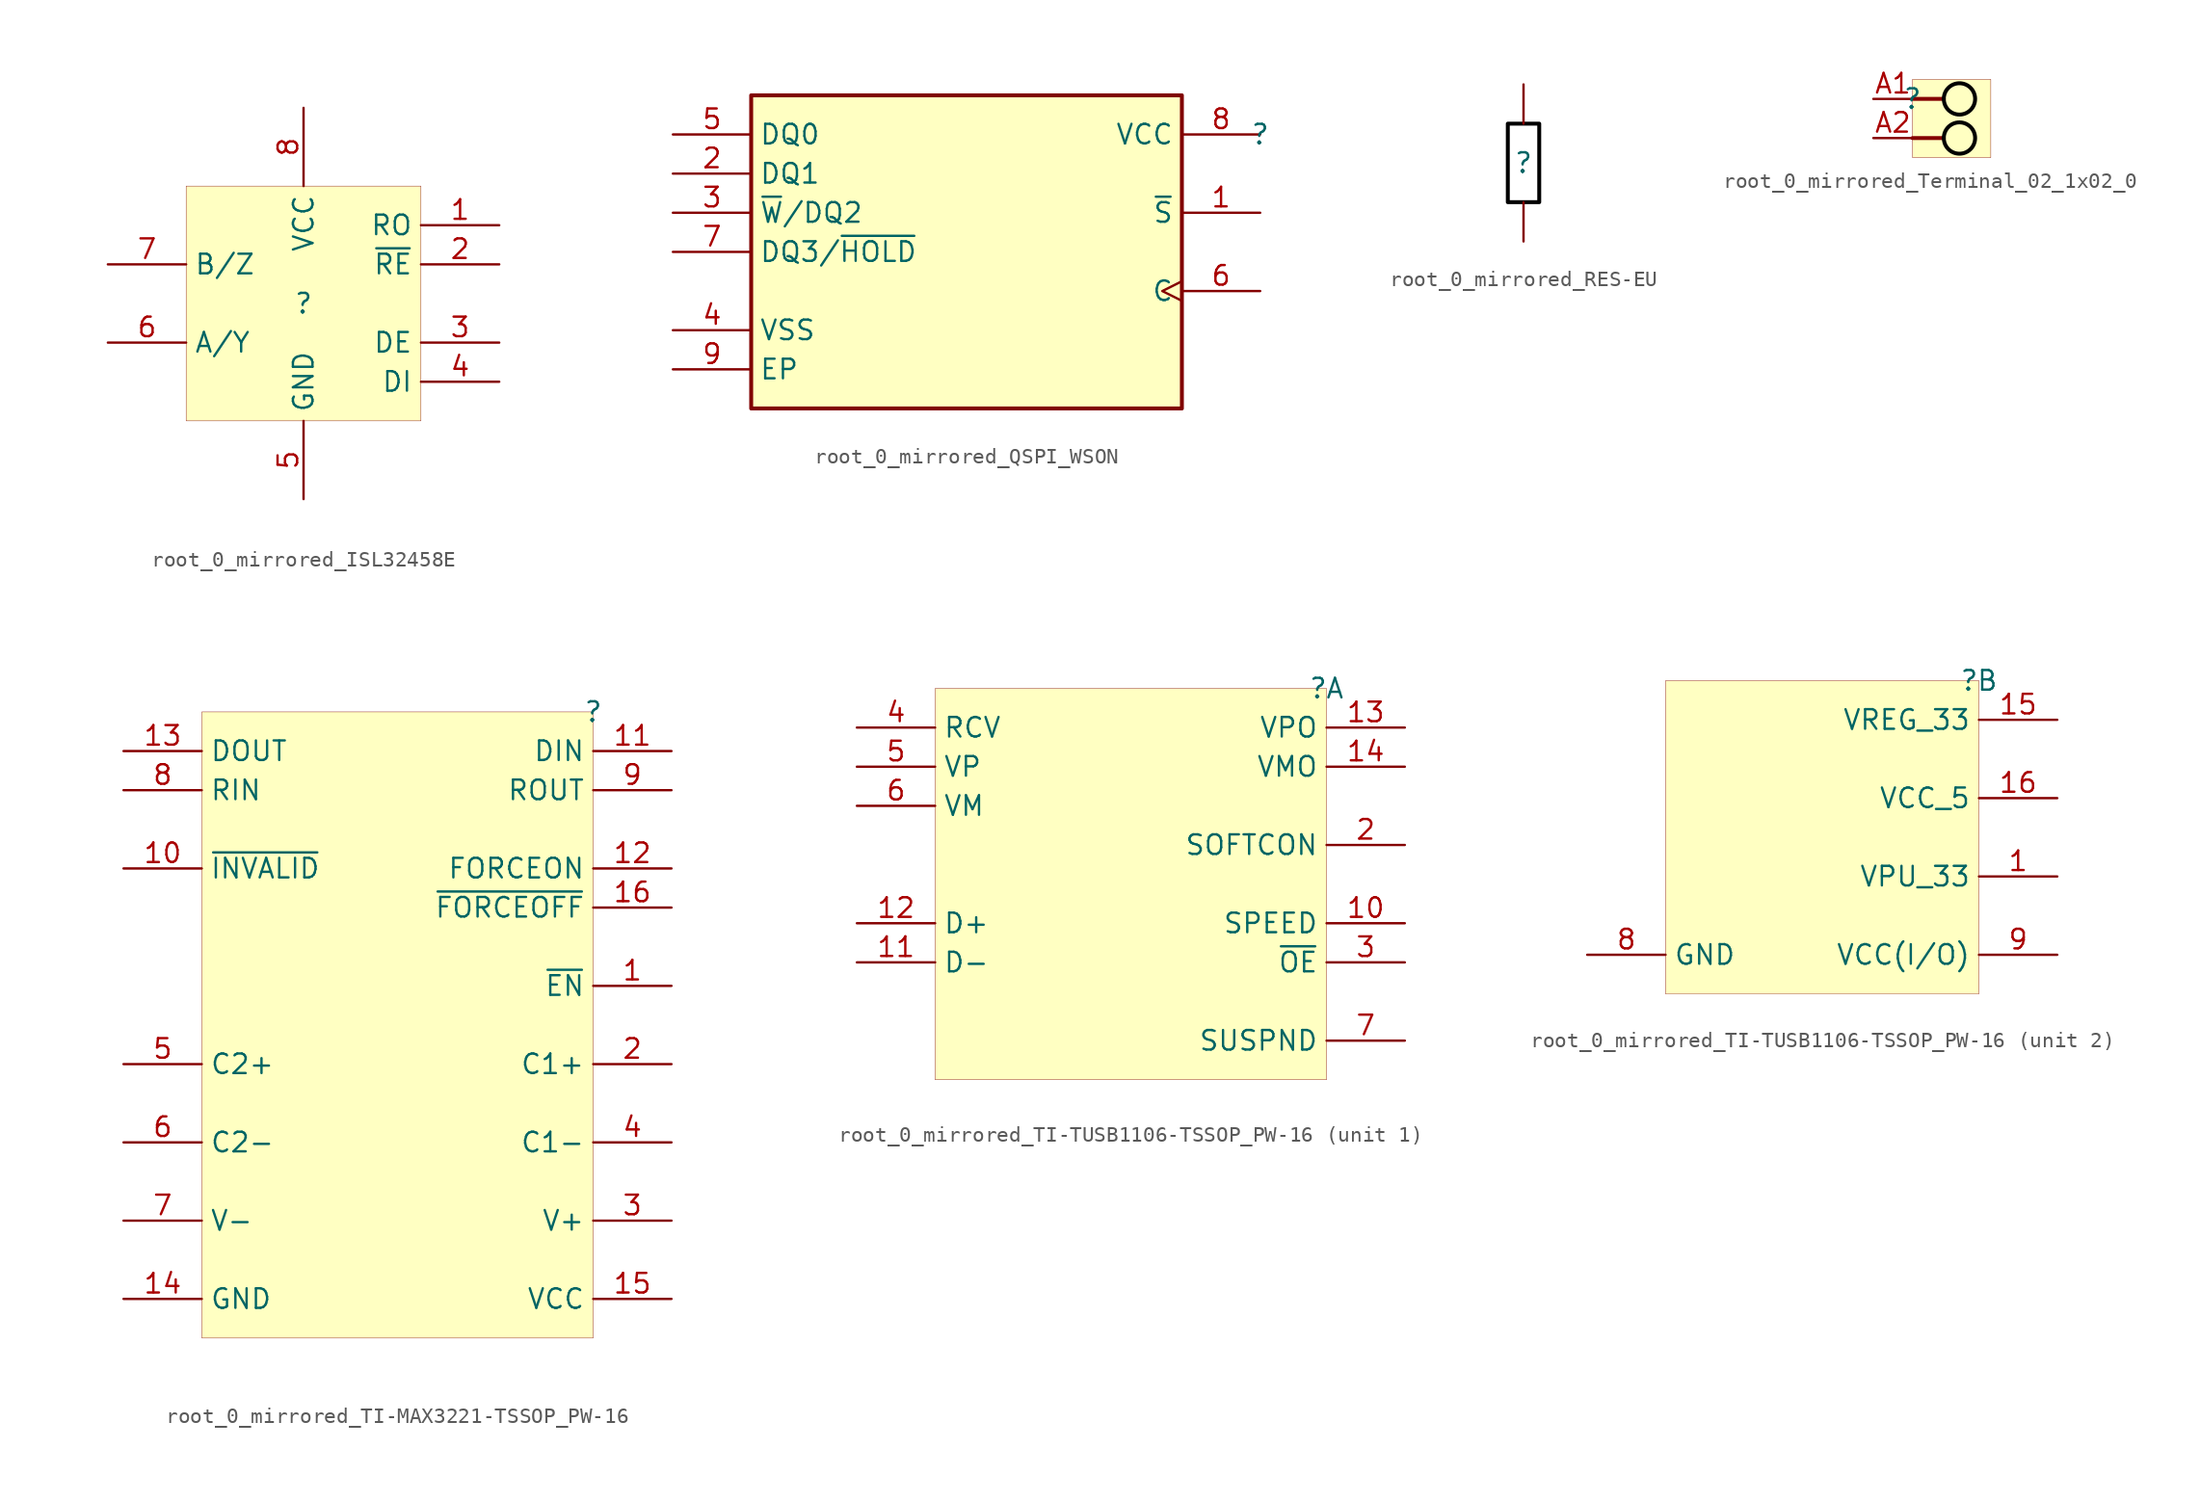
<source format=kicad_sym>
(kicad_symbol_lib
  (version 20231120)
  (generator "kicad_symbol_editor")
  (generator_version "8.0")
  (symbol "root_0_mirrored_ISL32458E"
    (property "Reference" ""
      (at 0 0 0)
      (effects (font (size 1.27 1.27))))
    (property "Value" ""
      (at 0 0 0)
      (effects (font (size 1.27 1.27))))
    (symbol "root_0_mirrored_ISL32458E_1_0"
      (rectangle (start 7.62 7.62) (end -7.62 -7.62) (stroke (width 0.025) (type solid) (color 128 0 0 1)) (fill (type background)))
      (pin output line (at 12.7 5.08 180) (length 5.08) (name "RO" (effects (font (size 1.27 1.27)))) (number "1" (effects (font (size 1.27 1.27)))))
      (pin input line (at 12.7 2.54 180) (length 5.08) (name "~{RE}" (effects (font (size 1.27 1.27)))) (number "2" (effects (font (size 1.27 1.27)))))
      (pin input line (at 12.7 -2.54 180) (length 5.08) (name "DE" (effects (font (size 1.27 1.27)))) (number "3" (effects (font (size 1.27 1.27)))))
      (pin input line (at 12.7 -5.08 180) (length 5.08) (name "DI" (effects (font (size 1.27 1.27)))) (number "4" (effects (font (size 1.27 1.27)))))
      (pin power_in line (at 0 -12.7 90) (length 5.08) (name "GND" (effects (font (size 1.27 1.27)))) (number "5" (effects (font (size 1.27 1.27)))))
      (pin bidirectional line (at -12.7 -2.54 0) (length 5.08) (name "A/Y" (effects (font (size 1.27 1.27)))) (number "6" (effects (font (size 1.27 1.27)))))
      (pin bidirectional line (at -12.7 2.54 0) (length 5.08) (name "B/Z" (effects (font (size 1.27 1.27)))) (number "7" (effects (font (size 1.27 1.27)))))
      (pin power_in line (at 0 12.7 270) (length 5.08) (name "VCC" (effects (font (size 1.27 1.27)))) (number "8" (effects (font (size 1.27 1.27)))))))
  (symbol "root_0_mirrored_QSPI_WSON"
    (property "Reference" ""
      (at 0 0 0)
      (effects (font (size 1.27 1.27))))
    (property "Value" ""
      (at 0 0 0)
      (effects (font (size 1.27 1.27))))
    (symbol "root_0_mirrored_QSPI_WSON_1_0"
      (rectangle (start -5.08 2.54) (end -33.02 -17.78) (stroke (width 0.254) (type solid) (color 128 0 0 1)) (fill (type background)))
      (pin input line (at 0 -5.08 180) (length 5.08) (name "~{S}" (effects (font (size 1.27 1.27)))) (number "1" (effects (font (size 1.27 1.27)))))
      (pin bidirectional line (at -38.1 -2.54 0) (length 5.08) (name "DQ1" (effects (font (size 1.27 1.27)))) (number "2" (effects (font (size 1.27 1.27)))))
      (pin bidirectional line (at -38.1 -5.08 0) (length 5.08) (name "~{W}/DQ2" (effects (font (size 1.27 1.27)))) (number "3" (effects (font (size 1.27 1.27)))))
      (pin power_in line (at -38.1 -12.7 0) (length 5.08) (name "VSS" (effects (font (size 1.27 1.27)))) (number "4" (effects (font (size 1.27 1.27)))))
      (pin bidirectional line (at -38.1 0 0) (length 5.08) (name "DQ0" (effects (font (size 1.27 1.27)))) (number "5" (effects (font (size 1.27 1.27)))))
      (pin input clock (at 0 -10.16 180) (length 5.08) (name "C" (effects (font (size 1.27 1.27)))) (number "6" (effects (font (size 1.27 1.27)))))
      (pin bidirectional line (at -38.1 -7.62 0) (length 5.08) (name "DQ3/~{HOLD}" (effects (font (size 1.27 1.27)))) (number "7" (effects (font (size 1.27 1.27)))))
      (pin power_in line (at 0 0 180) (length 5.08) (name "VCC" (effects (font (size 1.27 1.27)))) (number "8" (effects (font (size 1.27 1.27)))))
      (pin power_in line (at -38.1 -15.24 0) (length 5.08) (name "EP" (effects (font (size 1.27 1.27)))) (number "9" (effects (font (size 1.27 1.27)))))))
  (symbol "root_0_mirrored_RES-EU"
    (property "Reference" ""
      (at 0 0 0)
      (effects (font (size 1.27 1.27))))
    (property "Value" ""
      (at 0 0 0)
      (effects (font (size 1.27 1.27))))
    (symbol "root_0_mirrored_RES-EU_1_0"
      (rectangle (start 1.016 2.54) (end -1.016 -2.54) (stroke (width 0.254) (type solid) (color 0 0 0 1)) (fill (type none)))
      (pin passive line (at 0 5.08 270) (length 2.54) (name "1" (effects (font (size 0 0)))) (number "1" (effects (font (size 0 0)))))
      (pin passive line (at 0 -5.08 90) (length 2.54) (name "2" (effects (font (size 0 0)))) (number "2" (effects (font (size 0 0)))))))
  (symbol "root_0_mirrored_Terminal_02_1x02_0"
    (property "Reference" ""
      (at 0 0 0)
      (effects (font (size 1.27 1.27))))
    (property "Value" ""
      (at 0 0 0)
      (effects (font (size 1.27 1.27))))
    (symbol "root_0_mirrored_Terminal_02_1x02_0_1_0"
      (polyline (pts (xy 0 -2.54) (xy 2.032 -2.54)) (stroke (width 0.254) (type solid)) (fill (type none)))
      (polyline (pts (xy 0 0) (xy 2.032 0)) (stroke (width 0.254) (type solid)) (fill (type none)))
      (circle (center 3.048 -2.54) (radius 1.016) (stroke (width 0.254) (type solid) (color 0 0 0 1)) (fill (type none)))
      (circle (center 3.048 0) (radius 1.016) (stroke (width 0.254) (type solid) (color 0 0 0 1)) (fill (type none)))
      (rectangle (start 5.08 1.27) (end 0 -3.81) (stroke (width 0.025) (type solid) (color 128 0 0 1)) (fill (type background)))
      (pin passive line (at -2.54 0 0) (length 2.54) (name "A1" (effects (font (size 0 0)))) (number "A1" (effects (font (size 1.27 1.27)))))
      (pin passive line (at -2.54 -2.54 0) (length 2.54) (name "A2" (effects (font (size 0 0)))) (number "A2" (effects (font (size 1.27 1.27)))))))
  (symbol "root_0_mirrored_TI-MAX3221-TSSOP_PW-16"
    (property "Reference" ""
      (at 0 0 0)
      (effects (font (size 1.27 1.27))))
    (property "Value" ""
      (at 0 0 0)
      (effects (font (size 1.27 1.27))))
    (symbol "root_0_mirrored_TI-MAX3221-TSSOP_PW-16_1_0"
      (rectangle (start 0 0) (end -25.4 -40.64) (stroke (width 0.025) (type solid) (color 128 0 0 1)) (fill (type background)))
      (pin input line (at 5.08 -17.78 180) (length 5.08) (name "~{EN}" (effects (font (size 1.27 1.27)))) (number "1" (effects (font (size 1.27 1.27)))))
      (pin output line (at -30.48 -10.16 0) (length 5.08) (name "~{INVALID}" (effects (font (size 1.27 1.27)))) (number "10" (effects (font (size 1.27 1.27)))))
      (pin input line (at 5.08 -2.54 180) (length 5.08) (name "DIN" (effects (font (size 1.27 1.27)))) (number "11" (effects (font (size 1.27 1.27)))))
      (pin input line (at 5.08 -10.16 180) (length 5.08) (name "FORCEON" (effects (font (size 1.27 1.27)))) (number "12" (effects (font (size 1.27 1.27)))))
      (pin tri_state line (at -30.48 -2.54 0) (length 5.08) (name "DOUT" (effects (font (size 1.27 1.27)))) (number "13" (effects (font (size 1.27 1.27)))))
      (pin power_in line (at -30.48 -38.1 0) (length 5.08) (name "GND" (effects (font (size 1.27 1.27)))) (number "14" (effects (font (size 1.27 1.27)))))
      (pin power_in line (at 5.08 -38.1 180) (length 5.08) (name "VCC" (effects (font (size 1.27 1.27)))) (number "15" (effects (font (size 1.27 1.27)))))
      (pin input line (at 5.08 -12.7 180) (length 5.08) (name "~{FORCEOFF}" (effects (font (size 1.27 1.27)))) (number "16" (effects (font (size 1.27 1.27)))))
      (pin passive line (at 5.08 -22.86 180) (length 5.08) (name "C1+" (effects (font (size 1.27 1.27)))) (number "2" (effects (font (size 1.27 1.27)))))
      (pin power_in line (at 5.08 -33.02 180) (length 5.08) (name "V+" (effects (font (size 1.27 1.27)))) (number "3" (effects (font (size 1.27 1.27)))))
      (pin passive line (at 5.08 -27.94 180) (length 5.08) (name "C1-" (effects (font (size 1.27 1.27)))) (number "4" (effects (font (size 1.27 1.27)))))
      (pin passive line (at -30.48 -22.86 0) (length 5.08) (name "C2+" (effects (font (size 1.27 1.27)))) (number "5" (effects (font (size 1.27 1.27)))))
      (pin passive line (at -30.48 -27.94 0) (length 5.08) (name "C2-" (effects (font (size 1.27 1.27)))) (number "6" (effects (font (size 1.27 1.27)))))
      (pin power_in line (at -30.48 -33.02 0) (length 5.08) (name "V-" (effects (font (size 1.27 1.27)))) (number "7" (effects (font (size 1.27 1.27)))))
      (pin input line (at -30.48 -5.08 0) (length 5.08) (name "RIN" (effects (font (size 1.27 1.27)))) (number "8" (effects (font (size 1.27 1.27)))))
      (pin tri_state line (at 5.08 -5.08 180) (length 5.08) (name "ROUT" (effects (font (size 1.27 1.27)))) (number "9" (effects (font (size 1.27 1.27)))))))
  (symbol "root_0_mirrored_TI-TUSB1106-TSSOP_PW-16"
    (property "Reference" ""
      (at 0 0 0)
      (effects (font (size 1.27 1.27))))
    (property "Value" ""
      (at 0 0 0)
      (effects (font (size 1.27 1.27))))
    (symbol "root_0_mirrored_TI-TUSB1106-TSSOP_PW-16_1_0"
      (rectangle (start 0 0) (end -25.4 -25.4) (stroke (width 0.025) (type solid) (color 128 0 0 1)) (fill (type background)))
      (pin input line (at 5.08 -15.24 180) (length 5.08) (name "SPEED" (effects (font (size 1.27 1.27)))) (number "10" (effects (font (size 1.27 1.27)))))
      (pin bidirectional line (at -30.48 -17.78 0) (length 5.08) (name "D-" (effects (font (size 1.27 1.27)))) (number "11" (effects (font (size 1.27 1.27)))))
      (pin bidirectional line (at -30.48 -15.24 0) (length 5.08) (name "D+" (effects (font (size 1.27 1.27)))) (number "12" (effects (font (size 1.27 1.27)))))
      (pin input line (at 5.08 -2.54 180) (length 5.08) (name "VPO" (effects (font (size 1.27 1.27)))) (number "13" (effects (font (size 1.27 1.27)))))
      (pin input line (at 5.08 -5.08 180) (length 5.08) (name "VMO" (effects (font (size 1.27 1.27)))) (number "14" (effects (font (size 1.27 1.27)))))
      (pin input line (at 5.08 -10.16 180) (length 5.08) (name "SOFTCON" (effects (font (size 1.27 1.27)))) (number "2" (effects (font (size 1.27 1.27)))))
      (pin input line (at 5.08 -17.78 180) (length 5.08) (name "~{OE}" (effects (font (size 1.27 1.27)))) (number "3" (effects (font (size 1.27 1.27)))))
      (pin output line (at -30.48 -2.54 0) (length 5.08) (name "RCV" (effects (font (size 1.27 1.27)))) (number "4" (effects (font (size 1.27 1.27)))))
      (pin output line (at -30.48 -5.08 0) (length 5.08) (name "VP" (effects (font (size 1.27 1.27)))) (number "5" (effects (font (size 1.27 1.27)))))
      (pin output line (at -30.48 -7.62 0) (length 5.08) (name "VM" (effects (font (size 1.27 1.27)))) (number "6" (effects (font (size 1.27 1.27)))))
      (pin input line (at 5.08 -22.86 180) (length 5.08) (name "SUSPND" (effects (font (size 1.27 1.27)))) (number "7" (effects (font (size 1.27 1.27))))))
    (symbol "root_0_mirrored_TI-TUSB1106-TSSOP_PW-16_2_0"
      (rectangle (start 0 0) (end -20.32 -20.32) (stroke (width 0.025) (type solid) (color 128 0 0 1)) (fill (type background)))
      (pin power_in line (at 5.08 -12.7 180) (length 5.08) (name "VPU_33" (effects (font (size 1.27 1.27)))) (number "1" (effects (font (size 1.27 1.27)))))
      (pin power_in line (at 5.08 -2.54 180) (length 5.08) (name "VREG_33" (effects (font (size 1.27 1.27)))) (number "15" (effects (font (size 1.27 1.27)))))
      (pin power_in line (at 5.08 -7.62 180) (length 5.08) (name "VCC_5" (effects (font (size 1.27 1.27)))) (number "16" (effects (font (size 1.27 1.27)))))
      (pin power_in line (at -25.4 -17.78 0) (length 5.08) (name "GND" (effects (font (size 1.27 1.27)))) (number "8" (effects (font (size 1.27 1.27)))))
      (pin power_in line (at 5.08 -17.78 180) (length 5.08) (name "VCC(I/O)" (effects (font (size 1.27 1.27)))) (number "9" (effects (font (size 1.27 1.27))))))))
</source>
